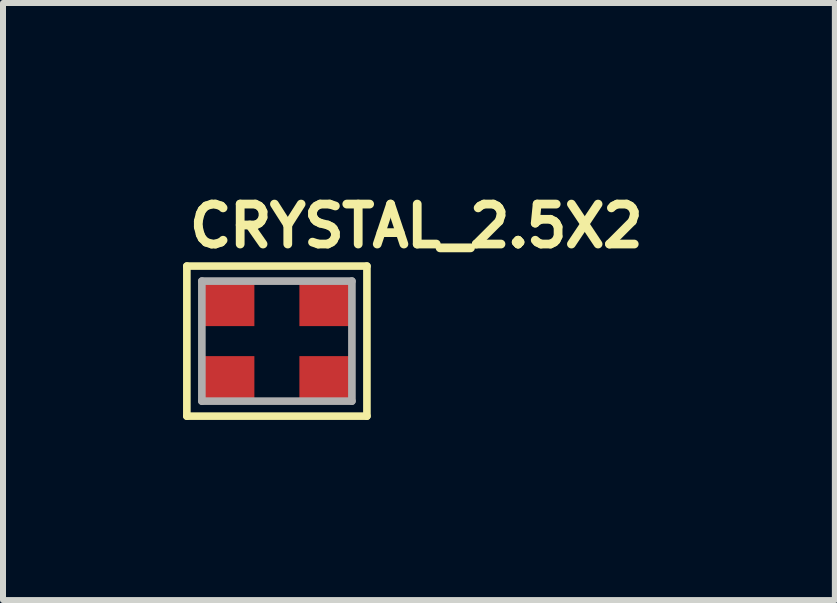
<source format=kicad_pcb>
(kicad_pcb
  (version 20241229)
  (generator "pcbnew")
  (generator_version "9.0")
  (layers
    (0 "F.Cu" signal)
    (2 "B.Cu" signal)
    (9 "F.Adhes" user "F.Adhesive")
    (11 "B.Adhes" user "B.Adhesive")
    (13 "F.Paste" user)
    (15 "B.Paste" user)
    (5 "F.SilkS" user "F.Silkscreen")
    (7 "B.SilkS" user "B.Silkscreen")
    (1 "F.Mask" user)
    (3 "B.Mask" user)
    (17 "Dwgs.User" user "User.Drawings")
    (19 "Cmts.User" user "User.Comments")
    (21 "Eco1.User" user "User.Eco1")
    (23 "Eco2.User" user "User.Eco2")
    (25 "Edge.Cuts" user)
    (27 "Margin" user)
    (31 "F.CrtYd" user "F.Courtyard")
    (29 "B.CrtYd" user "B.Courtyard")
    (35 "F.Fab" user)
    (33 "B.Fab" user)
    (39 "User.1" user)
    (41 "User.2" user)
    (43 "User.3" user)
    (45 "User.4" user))
  (footprint "CRYSTAL_2.5X2"
    (layer "F.Cu")
    (at 1.563 2.633)
    (property "Reference" "CRYSTAL_2.5X2" (at -1.532 -1.528 0) (unlocked yes) (layer "F.SilkS") (effects (font (size 0.666 0.666) (thickness 0.146)) (justify left bottom)))
    (fp_line (start -1.5 -1.25) (end 1.5 -1.25) (stroke (width 0.127) (type solid)) (layer "F.SilkS"))
    (fp_line (start -1.5 1.25) (end -1.5 -1.25) (stroke (width 0.127) (type solid)) (layer "F.SilkS"))
    (fp_line (start 1.5 -1.25) (end 1.5 1.25) (stroke (width 0.127) (type solid)) (layer "F.SilkS"))
    (fp_line (start 1.5 1.25) (end -1.5 1.25) (stroke (width 0.127) (type solid)) (layer "F.SilkS"))
    (fp_line (start -1.25 -1) (end 1.25 -1) (stroke (width 0.127) (type solid)) (layer "F.Fab"))
    (fp_line (start -1.25 1) (end -1.25 -1) (stroke (width 0.127) (type solid)) (layer "F.Fab"))
    (fp_line (start 1.25 -1) (end 1.25 1) (stroke (width 0.127) (type solid)) (layer "F.Fab"))
    (fp_line (start 1.25 1) (end -1.25 1) (stroke (width 0.127) (type solid)) (layer "F.Fab"))
    (pad "1" smd rect (at -0.825 0.625) (size 0.9 0.75) (layers "F.Cu" "F.Mask" "F.Paste"))
    (pad "2" smd rect (at 0.825 0.625) (size 0.9 0.75) (layers "F.Cu" "F.Mask" "F.Paste"))
    (pad "3" smd rect (at 0.825 -0.625) (size 0.9 0.75) (layers "F.Cu" "F.Mask" "F.Paste"))
    (pad "4" smd rect (at -0.825 -0.625) (size 0.9 0.75) (layers "F.Cu" "F.Mask" "F.Paste")))
  (gr_rect
    (start -3 -3)
    (end 10.859 6.947)
    (stroke (width 0.1) (type default))
    (fill no)
    (layer "Edge.Cuts")))
</source>
